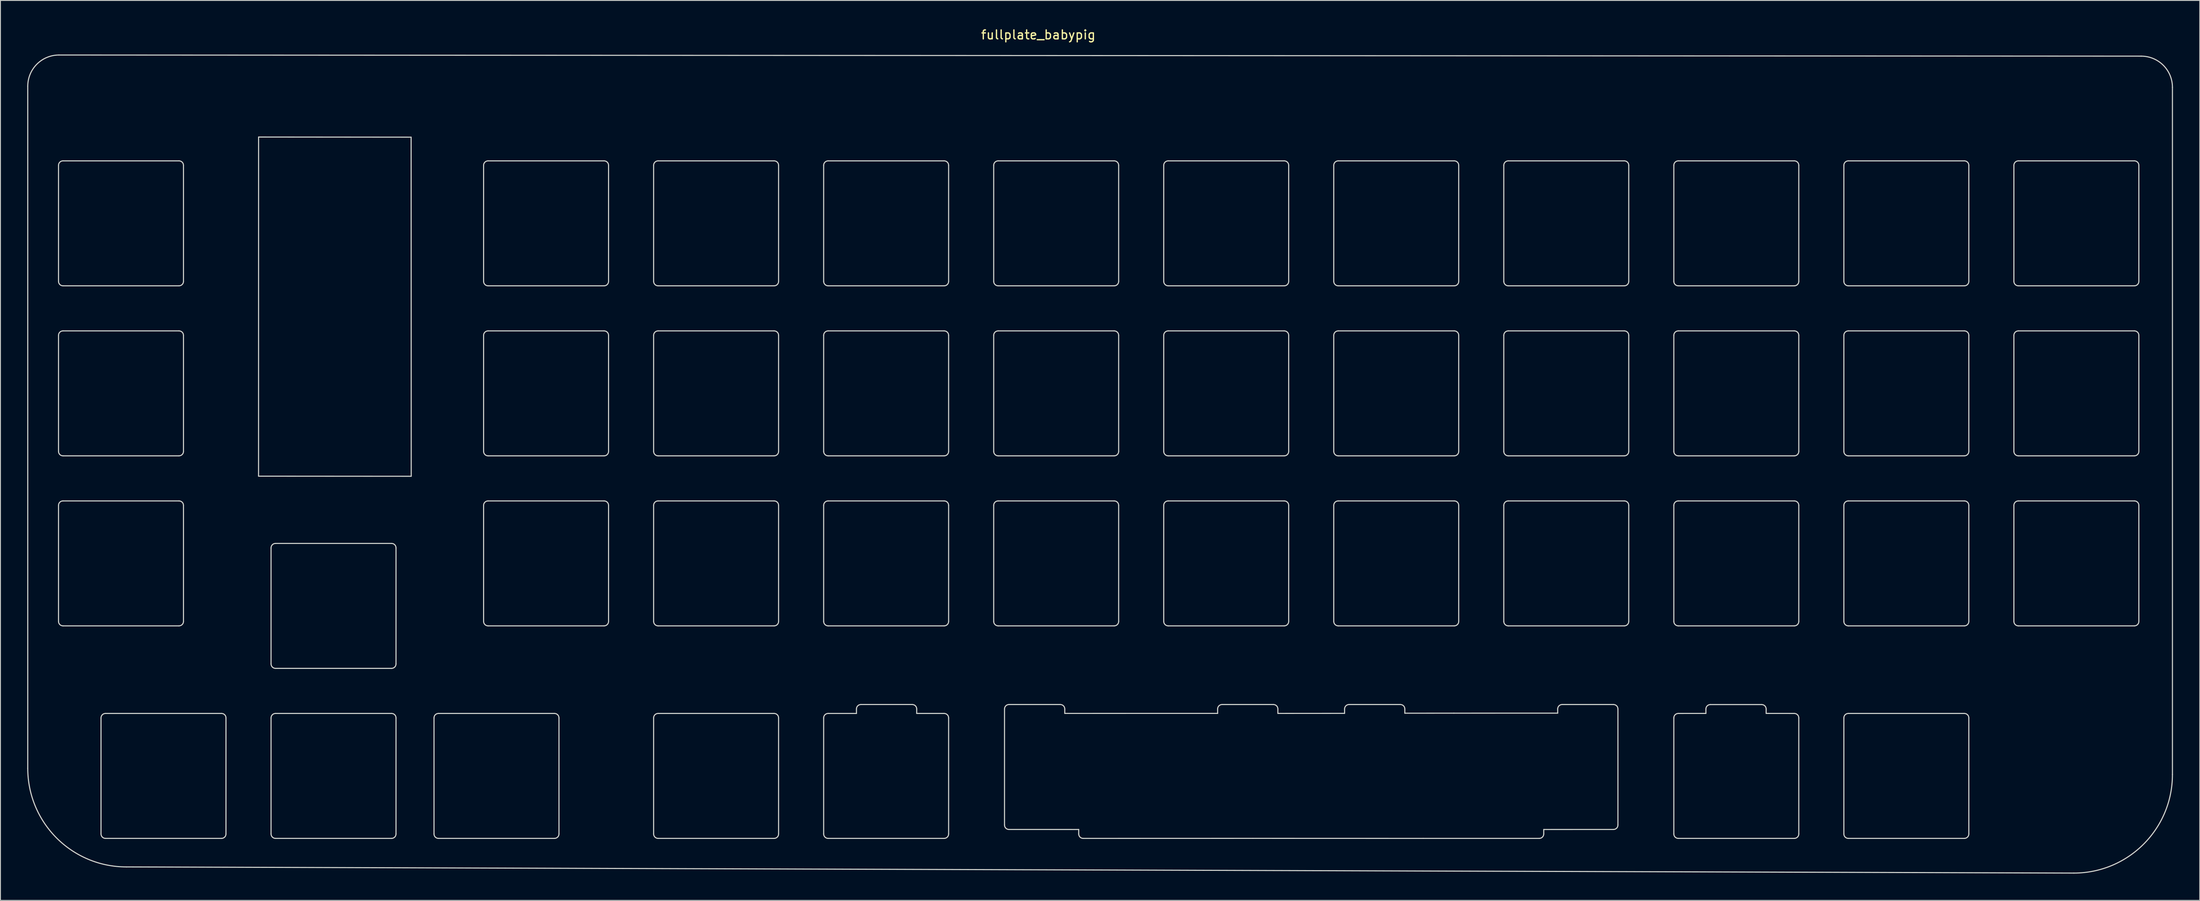
<source format=kicad_pcb>
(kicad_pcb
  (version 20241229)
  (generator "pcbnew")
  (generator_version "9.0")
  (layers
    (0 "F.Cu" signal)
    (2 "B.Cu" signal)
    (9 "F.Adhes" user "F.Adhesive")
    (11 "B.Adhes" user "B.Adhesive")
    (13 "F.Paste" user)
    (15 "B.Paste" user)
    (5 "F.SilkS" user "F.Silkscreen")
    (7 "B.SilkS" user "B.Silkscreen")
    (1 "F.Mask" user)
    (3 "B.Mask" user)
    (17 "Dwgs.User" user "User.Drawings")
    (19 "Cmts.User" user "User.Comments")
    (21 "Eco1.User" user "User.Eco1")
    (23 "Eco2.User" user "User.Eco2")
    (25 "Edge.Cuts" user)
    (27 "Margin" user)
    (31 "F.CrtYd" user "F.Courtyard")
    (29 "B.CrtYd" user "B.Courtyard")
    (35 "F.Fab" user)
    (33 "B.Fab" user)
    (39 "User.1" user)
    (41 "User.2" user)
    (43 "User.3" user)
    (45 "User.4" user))
  (footprint "fullplate_babypig"
    (layer "F.Cu")
    (at 113.282 0.348)
    (property "Reference" "fullplate_babypig" (at 0 0.5 0) (layer "F.SilkS") (effects (font (size 1 1) (thickness 0.15))))
    (attr through_hole)
    (fp_line (start -113.222 6.261) (end -113.222 82.685) (stroke (width 0.12) (type solid)) (layer "Edge.Cuts"))
    (fp_line (start -109.776 15.126) (end -109.776 28.126) (stroke (width 0.12) (type solid)) (layer "Edge.Cuts"))
    (fp_line (start -109.776 34.176) (end -109.776 47.176) (stroke (width 0.12) (type solid)) (layer "Edge.Cuts"))
    (fp_line (start -109.776 53.226) (end -109.776 66.225) (stroke (width 0.12) (type solid)) (layer "Edge.Cuts"))
    (fp_line (start -109.276 28.626) (end -96.276 28.626) (stroke (width 0.12) (type solid)) (layer "Edge.Cuts"))
    (fp_line (start -109.276 47.676) (end -96.276 47.676) (stroke (width 0.12) (type solid)) (layer "Edge.Cuts"))
    (fp_line (start -109.276 66.725) (end -96.276 66.725) (stroke (width 0.12) (type solid)) (layer "Edge.Cuts"))
    (fp_line (start -105.014 77.038) (end -105.014 90.038) (stroke (width 0.12) (type solid)) (layer "Edge.Cuts"))
    (fp_line (start -104.514 90.538) (end -91.514 90.538) (stroke (width 0.12) (type solid)) (layer "Edge.Cuts"))
    (fp_line (start -102.173 93.734) (end 116.013 94.424) (stroke (width 0.12) (type solid)) (layer "Edge.Cuts"))
    (fp_line (start -96.276 14.626) (end -109.276 14.626) (stroke (width 0.12) (type solid)) (layer "Edge.Cuts"))
    (fp_line (start -96.276 33.676) (end -109.276 33.676) (stroke (width 0.12) (type solid)) (layer "Edge.Cuts"))
    (fp_line (start -96.276 52.726) (end -109.276 52.726) (stroke (width 0.12) (type solid)) (layer "Edge.Cuts"))
    (fp_line (start -95.776 28.126) (end -95.776 15.126) (stroke (width 0.12) (type solid)) (layer "Edge.Cuts"))
    (fp_line (start -95.776 47.176) (end -95.776 34.176) (stroke (width 0.12) (type solid)) (layer "Edge.Cuts"))
    (fp_line (start -95.776 66.225) (end -95.776 53.226) (stroke (width 0.12) (type solid)) (layer "Edge.Cuts"))
    (fp_line (start -91.514 76.538) (end -104.514 76.538) (stroke (width 0.12) (type solid)) (layer "Edge.Cuts"))
    (fp_line (start -91.014 90.038) (end -91.014 77.038) (stroke (width 0.12) (type solid)) (layer "Edge.Cuts"))
    (fp_line (start -87.365 49.954) (end -70.26 49.965) (stroke (width 0.12) (type solid)) (layer "Edge.Cuts"))
    (fp_line (start -87.36 11.956) (end -87.365 49.954) (stroke (width 0.12) (type solid)) (layer "Edge.Cuts"))
    (fp_line (start -85.964 57.988) (end -85.964 70.988) (stroke (width 0.12) (type solid)) (layer "Edge.Cuts"))
    (fp_line (start -85.964 77.038) (end -85.964 90.038) (stroke (width 0.12) (type solid)) (layer "Edge.Cuts"))
    (fp_line (start -85.464 71.488) (end -72.464 71.488) (stroke (width 0.12) (type solid)) (layer "Edge.Cuts"))
    (fp_line (start -85.464 90.538) (end -72.464 90.538) (stroke (width 0.12) (type solid)) (layer "Edge.Cuts"))
    (fp_line (start -72.464 57.488) (end -85.464 57.488) (stroke (width 0.12) (type solid)) (layer "Edge.Cuts"))
    (fp_line (start -72.464 76.538) (end -85.464 76.538) (stroke (width 0.12) (type solid)) (layer "Edge.Cuts"))
    (fp_line (start -71.964 70.988) (end -71.964 57.988) (stroke (width 0.12) (type solid)) (layer "Edge.Cuts"))
    (fp_line (start -71.964 90.038) (end -71.964 77.038) (stroke (width 0.12) (type solid)) (layer "Edge.Cuts"))
    (fp_line (start -70.271 11.971) (end -87.36 11.956) (stroke (width 0.12) (type solid)) (layer "Edge.Cuts"))
    (fp_line (start -70.26 49.965) (end -70.271 11.971) (stroke (width 0.12) (type solid)) (layer "Edge.Cuts"))
    (fp_line (start -67.707 77.038) (end -67.707 90.038) (stroke (width 0.12) (type solid)) (layer "Edge.Cuts"))
    (fp_line (start -67.207 90.538) (end -54.207 90.538) (stroke (width 0.12) (type solid)) (layer "Edge.Cuts"))
    (fp_line (start -62.151 15.126) (end -62.151 28.126) (stroke (width 0.12) (type solid)) (layer "Edge.Cuts"))
    (fp_line (start -62.151 34.176) (end -62.151 47.176) (stroke (width 0.12) (type solid)) (layer "Edge.Cuts"))
    (fp_line (start -62.151 53.226) (end -62.151 66.225) (stroke (width 0.12) (type solid)) (layer "Edge.Cuts"))
    (fp_line (start -61.651 28.626) (end -48.651 28.626) (stroke (width 0.12) (type solid)) (layer "Edge.Cuts"))
    (fp_line (start -61.651 47.676) (end -48.651 47.676) (stroke (width 0.12) (type solid)) (layer "Edge.Cuts"))
    (fp_line (start -61.651 66.725) (end -48.651 66.725) (stroke (width 0.12) (type solid)) (layer "Edge.Cuts"))
    (fp_line (start -54.207 76.538) (end -67.207 76.538) (stroke (width 0.12) (type solid)) (layer "Edge.Cuts"))
    (fp_line (start -53.707 90.038) (end -53.707 77.038) (stroke (width 0.12) (type solid)) (layer "Edge.Cuts"))
    (fp_line (start -48.651 14.626) (end -61.651 14.626) (stroke (width 0.12) (type solid)) (layer "Edge.Cuts"))
    (fp_line (start -48.651 33.676) (end -61.651 33.676) (stroke (width 0.12) (type solid)) (layer "Edge.Cuts"))
    (fp_line (start -48.651 52.726) (end -61.651 52.726) (stroke (width 0.12) (type solid)) (layer "Edge.Cuts"))
    (fp_line (start -48.151 28.126) (end -48.151 15.126) (stroke (width 0.12) (type solid)) (layer "Edge.Cuts"))
    (fp_line (start -48.151 47.176) (end -48.151 34.176) (stroke (width 0.12) (type solid)) (layer "Edge.Cuts"))
    (fp_line (start -48.151 66.225) (end -48.151 53.226) (stroke (width 0.12) (type solid)) (layer "Edge.Cuts"))
    (fp_line (start -43.101 15.126) (end -43.101 28.126) (stroke (width 0.12) (type solid)) (layer "Edge.Cuts"))
    (fp_line (start -43.101 34.176) (end -43.101 47.176) (stroke (width 0.12) (type solid)) (layer "Edge.Cuts"))
    (fp_line (start -43.101 53.226) (end -43.101 66.225) (stroke (width 0.12) (type solid)) (layer "Edge.Cuts"))
    (fp_line (start -43.101 77.038) (end -43.101 90.038) (stroke (width 0.12) (type solid)) (layer "Edge.Cuts"))
    (fp_line (start -42.601 28.626) (end -29.601 28.626) (stroke (width 0.12) (type solid)) (layer "Edge.Cuts"))
    (fp_line (start -42.601 47.676) (end -29.601 47.676) (stroke (width 0.12) (type solid)) (layer "Edge.Cuts"))
    (fp_line (start -42.601 66.725) (end -29.601 66.725) (stroke (width 0.12) (type solid)) (layer "Edge.Cuts"))
    (fp_line (start -42.601 90.538) (end -29.601 90.538) (stroke (width 0.12) (type solid)) (layer "Edge.Cuts"))
    (fp_line (start -29.601 14.626) (end -42.601 14.626) (stroke (width 0.12) (type solid)) (layer "Edge.Cuts"))
    (fp_line (start -29.601 33.676) (end -42.601 33.676) (stroke (width 0.12) (type solid)) (layer "Edge.Cuts"))
    (fp_line (start -29.601 52.726) (end -42.601 52.726) (stroke (width 0.12) (type solid)) (layer "Edge.Cuts"))
    (fp_line (start -29.601 76.538) (end -42.601 76.538) (stroke (width 0.12) (type solid)) (layer "Edge.Cuts"))
    (fp_line (start -29.101 28.126) (end -29.101 15.126) (stroke (width 0.12) (type solid)) (layer "Edge.Cuts"))
    (fp_line (start -29.101 47.176) (end -29.101 34.176) (stroke (width 0.12) (type solid)) (layer "Edge.Cuts"))
    (fp_line (start -29.101 66.225) (end -29.101 53.226) (stroke (width 0.12) (type solid)) (layer "Edge.Cuts"))
    (fp_line (start -29.101 90.038) (end -29.101 77.038) (stroke (width 0.12) (type solid)) (layer "Edge.Cuts"))
    (fp_line (start -24.051 15.126) (end -24.051 28.126) (stroke (width 0.12) (type solid)) (layer "Edge.Cuts"))
    (fp_line (start -24.051 34.176) (end -24.051 47.176) (stroke (width 0.12) (type solid)) (layer "Edge.Cuts"))
    (fp_line (start -24.051 53.226) (end -24.051 66.225) (stroke (width 0.12) (type solid)) (layer "Edge.Cuts"))
    (fp_line (start -24.051 77.038) (end -24.051 90.038) (stroke (width 0.12) (type solid)) (layer "Edge.Cuts"))
    (fp_line (start -23.551 28.626) (end -10.551 28.626) (stroke (width 0.12) (type solid)) (layer "Edge.Cuts"))
    (fp_line (start -23.551 47.676) (end -10.551 47.676) (stroke (width 0.12) (type solid)) (layer "Edge.Cuts"))
    (fp_line (start -23.551 66.725) (end -10.551 66.725) (stroke (width 0.12) (type solid)) (layer "Edge.Cuts"))
    (fp_line (start -23.551 90.538) (end -10.551 90.538) (stroke (width 0.12) (type solid)) (layer "Edge.Cuts"))
    (fp_line (start -20.378 76.54) (end -23.551 76.538) (stroke (width 0.12) (type solid)) (layer "Edge.Cuts"))
    (fp_line (start -20.378 76.54) (end -20.377 76.037) (stroke (width 0.12) (type solid)) (layer "Edge.Cuts"))
    (fp_line (start -19.877 75.537) (end -14.127 75.537) (stroke (width 0.12) (type solid)) (layer "Edge.Cuts"))
    (fp_line (start -13.627 76.037) (end -13.627 76.538) (stroke (width 0.12) (type solid)) (layer "Edge.Cuts"))
    (fp_line (start -10.551 14.626) (end -23.551 14.626) (stroke (width 0.12) (type solid)) (layer "Edge.Cuts"))
    (fp_line (start -10.551 33.676) (end -23.551 33.676) (stroke (width 0.12) (type solid)) (layer "Edge.Cuts"))
    (fp_line (start -10.551 52.726) (end -23.551 52.726) (stroke (width 0.12) (type solid)) (layer "Edge.Cuts"))
    (fp_line (start -10.551 76.538) (end -13.627 76.538) (stroke (width 0.12) (type solid)) (layer "Edge.Cuts"))
    (fp_line (start -10.051 28.126) (end -10.051 15.126) (stroke (width 0.12) (type solid)) (layer "Edge.Cuts"))
    (fp_line (start -10.051 47.176) (end -10.051 34.176) (stroke (width 0.12) (type solid)) (layer "Edge.Cuts"))
    (fp_line (start -10.051 66.225) (end -10.051 53.226) (stroke (width 0.12) (type solid)) (layer "Edge.Cuts"))
    (fp_line (start -10.051 90.038) (end -10.051 77.038) (stroke (width 0.12) (type solid)) (layer "Edge.Cuts"))
    (fp_line (start -5.001 15.126) (end -5.001 28.126) (stroke (width 0.12) (type solid)) (layer "Edge.Cuts"))
    (fp_line (start -5.001 34.176) (end -5.001 47.176) (stroke (width 0.12) (type solid)) (layer "Edge.Cuts"))
    (fp_line (start -5.001 53.226) (end -5.001 66.225) (stroke (width 0.12) (type solid)) (layer "Edge.Cuts"))
    (fp_line (start -4.501 28.626) (end 8.499 28.626) (stroke (width 0.12) (type solid)) (layer "Edge.Cuts"))
    (fp_line (start -4.501 47.676) (end 8.499 47.676) (stroke (width 0.12) (type solid)) (layer "Edge.Cuts"))
    (fp_line (start -4.501 66.725) (end 8.499 66.725) (stroke (width 0.12) (type solid)) (layer "Edge.Cuts"))
    (fp_line (start -3.789 89.038) (end -3.789 76.038) (stroke (width 0.12) (type solid)) (layer "Edge.Cuts"))
    (fp_line (start -3.289 75.538) (end 2.461 75.538) (stroke (width 0.12) (type solid)) (layer "Edge.Cuts"))
    (fp_line (start 2.961 76.038) (end 2.961 76.533) (stroke (width 0.12) (type solid)) (layer "Edge.Cuts"))
    (fp_line (start 2.961 76.533) (end 20.087 76.53) (stroke (width 0.12) (type solid)) (layer "Edge.Cuts"))
    (fp_line (start 4.524 89.54) (end -3.289 89.538) (stroke (width 0.12) (type solid)) (layer "Edge.Cuts"))
    (fp_line (start 4.524 90.038) (end 4.524 89.54) (stroke (width 0.12) (type solid)) (layer "Edge.Cuts"))
    (fp_line (start 8.499 14.626) (end -4.501 14.626) (stroke (width 0.12) (type solid)) (layer "Edge.Cuts"))
    (fp_line (start 8.499 33.676) (end -4.501 33.676) (stroke (width 0.12) (type solid)) (layer "Edge.Cuts"))
    (fp_line (start 8.499 52.726) (end -4.501 52.726) (stroke (width 0.12) (type solid)) (layer "Edge.Cuts"))
    (fp_line (start 8.999 28.126) (end 8.999 15.126) (stroke (width 0.12) (type solid)) (layer "Edge.Cuts"))
    (fp_line (start 8.999 47.176) (end 8.999 34.176) (stroke (width 0.12) (type solid)) (layer "Edge.Cuts"))
    (fp_line (start 8.999 66.225) (end 8.999 53.226) (stroke (width 0.12) (type solid)) (layer "Edge.Cuts"))
    (fp_line (start 14.049 15.126) (end 14.049 28.126) (stroke (width 0.12) (type solid)) (layer "Edge.Cuts"))
    (fp_line (start 14.049 34.176) (end 14.049 47.176) (stroke (width 0.12) (type solid)) (layer "Edge.Cuts"))
    (fp_line (start 14.049 53.226) (end 14.049 66.225) (stroke (width 0.12) (type solid)) (layer "Edge.Cuts"))
    (fp_line (start 14.549 28.626) (end 27.549 28.626) (stroke (width 0.12) (type solid)) (layer "Edge.Cuts"))
    (fp_line (start 14.549 47.676) (end 27.549 47.676) (stroke (width 0.12) (type solid)) (layer "Edge.Cuts"))
    (fp_line (start 14.549 66.725) (end 27.549 66.725) (stroke (width 0.12) (type solid)) (layer "Edge.Cuts"))
    (fp_line (start 20.087 76.53) (end 20.087 76.038) (stroke (width 0.12) (type solid)) (layer "Edge.Cuts"))
    (fp_line (start 20.587 75.538) (end 26.337 75.538) (stroke (width 0.12) (type solid)) (layer "Edge.Cuts"))
    (fp_line (start 24.042 90.533) (end 5.024 90.538) (stroke (width 0.12) (type solid)) (layer "Edge.Cuts"))
    (fp_line (start 24.042 90.533) (end 43.124 90.538) (stroke (width 0.12) (type solid)) (layer "Edge.Cuts"))
    (fp_line (start 26.837 76.038) (end 26.837 76.533) (stroke (width 0.12) (type solid)) (layer "Edge.Cuts"))
    (fp_line (start 27.549 14.626) (end 14.549 14.626) (stroke (width 0.12) (type solid)) (layer "Edge.Cuts"))
    (fp_line (start 27.549 33.676) (end 14.549 33.676) (stroke (width 0.12) (type solid)) (layer "Edge.Cuts"))
    (fp_line (start 27.549 52.726) (end 14.549 52.726) (stroke (width 0.12) (type solid)) (layer "Edge.Cuts"))
    (fp_line (start 28.049 28.126) (end 28.049 15.126) (stroke (width 0.12) (type solid)) (layer "Edge.Cuts"))
    (fp_line (start 28.049 47.176) (end 28.049 34.176) (stroke (width 0.12) (type solid)) (layer "Edge.Cuts"))
    (fp_line (start 28.049 66.225) (end 28.049 53.226) (stroke (width 0.12) (type solid)) (layer "Edge.Cuts"))
    (fp_line (start 33.099 15.126) (end 33.099 28.126) (stroke (width 0.12) (type solid)) (layer "Edge.Cuts"))
    (fp_line (start 33.099 34.176) (end 33.099 47.176) (stroke (width 0.12) (type solid)) (layer "Edge.Cuts"))
    (fp_line (start 33.099 53.226) (end 33.099 66.225) (stroke (width 0.12) (type solid)) (layer "Edge.Cuts"))
    (fp_line (start 33.599 28.626) (end 46.599 28.626) (stroke (width 0.12) (type solid)) (layer "Edge.Cuts"))
    (fp_line (start 33.599 47.676) (end 46.599 47.676) (stroke (width 0.12) (type solid)) (layer "Edge.Cuts"))
    (fp_line (start 33.599 66.725) (end 46.599 66.725) (stroke (width 0.12) (type solid)) (layer "Edge.Cuts"))
    (fp_line (start 34.311 76.528) (end 26.837 76.533) (stroke (width 0.12) (type solid)) (layer "Edge.Cuts"))
    (fp_line (start 34.311 76.528) (end 34.311 76.038) (stroke (width 0.12) (type solid)) (layer "Edge.Cuts"))
    (fp_line (start 34.811 75.538) (end 40.561 75.538) (stroke (width 0.12) (type solid)) (layer "Edge.Cuts"))
    (fp_line (start 41.061 76.038) (end 41.062 76.512) (stroke (width 0.12) (type solid)) (layer "Edge.Cuts"))
    (fp_line (start 46.557 76.508) (end 41.062 76.512) (stroke (width 0.12) (type solid)) (layer "Edge.Cuts"))
    (fp_line (start 46.557 76.508) (end 58.189 76.505) (stroke (width 0.12) (type solid)) (layer "Edge.Cuts"))
    (fp_line (start 46.599 14.626) (end 33.599 14.626) (stroke (width 0.12) (type solid)) (layer "Edge.Cuts"))
    (fp_line (start 46.599 33.676) (end 33.599 33.676) (stroke (width 0.12) (type solid)) (layer "Edge.Cuts"))
    (fp_line (start 46.599 52.726) (end 33.599 52.726) (stroke (width 0.12) (type solid)) (layer "Edge.Cuts"))
    (fp_line (start 47.099 28.126) (end 47.099 15.126) (stroke (width 0.12) (type solid)) (layer "Edge.Cuts"))
    (fp_line (start 47.099 47.176) (end 47.099 34.176) (stroke (width 0.12) (type solid)) (layer "Edge.Cuts"))
    (fp_line (start 47.099 66.225) (end 47.099 53.226) (stroke (width 0.12) (type solid)) (layer "Edge.Cuts"))
    (fp_line (start 52.149 15.126) (end 52.149 28.126) (stroke (width 0.12) (type solid)) (layer "Edge.Cuts"))
    (fp_line (start 52.149 34.176) (end 52.149 47.176) (stroke (width 0.12) (type solid)) (layer "Edge.Cuts"))
    (fp_line (start 52.149 53.226) (end 52.149 66.225) (stroke (width 0.12) (type solid)) (layer "Edge.Cuts"))
    (fp_line (start 52.649 28.626) (end 65.649 28.626) (stroke (width 0.12) (type solid)) (layer "Edge.Cuts"))
    (fp_line (start 52.649 47.676) (end 65.649 47.676) (stroke (width 0.12) (type solid)) (layer "Edge.Cuts"))
    (fp_line (start 52.649 66.725) (end 65.649 66.725) (stroke (width 0.12) (type solid)) (layer "Edge.Cuts"))
    (fp_line (start 56.124 90.538) (end 43.124 90.538) (stroke (width 0.12) (type solid)) (layer "Edge.Cuts"))
    (fp_line (start 56.624 89.54) (end 56.624 90.038) (stroke (width 0.12) (type solid)) (layer "Edge.Cuts"))
    (fp_line (start 58.189 76.505) (end 58.187 76.038) (stroke (width 0.12) (type solid)) (layer "Edge.Cuts"))
    (fp_line (start 58.687 75.538) (end 64.437 75.538) (stroke (width 0.12) (type solid)) (layer "Edge.Cuts"))
    (fp_line (start 64.437 89.538) (end 56.624 89.54) (stroke (width 0.12) (type solid)) (layer "Edge.Cuts"))
    (fp_line (start 64.937 76.038) (end 64.937 89.038) (stroke (width 0.12) (type solid)) (layer "Edge.Cuts"))
    (fp_line (start 65.649 14.626) (end 52.649 14.626) (stroke (width 0.12) (type solid)) (layer "Edge.Cuts"))
    (fp_line (start 65.649 33.676) (end 52.649 33.676) (stroke (width 0.12) (type solid)) (layer "Edge.Cuts"))
    (fp_line (start 65.649 52.726) (end 52.649 52.726) (stroke (width 0.12) (type solid)) (layer "Edge.Cuts"))
    (fp_line (start 66.149 28.126) (end 66.149 15.126) (stroke (width 0.12) (type solid)) (layer "Edge.Cuts"))
    (fp_line (start 66.149 47.176) (end 66.149 34.176) (stroke (width 0.12) (type solid)) (layer "Edge.Cuts"))
    (fp_line (start 66.149 66.225) (end 66.149 53.226) (stroke (width 0.12) (type solid)) (layer "Edge.Cuts"))
    (fp_line (start 71.199 15.126) (end 71.199 28.126) (stroke (width 0.12) (type solid)) (layer "Edge.Cuts"))
    (fp_line (start 71.199 34.176) (end 71.199 47.176) (stroke (width 0.12) (type solid)) (layer "Edge.Cuts"))
    (fp_line (start 71.199 53.226) (end 71.199 66.225) (stroke (width 0.12) (type solid)) (layer "Edge.Cuts"))
    (fp_line (start 71.199 77.038) (end 71.199 90.038) (stroke (width 0.12) (type solid)) (layer "Edge.Cuts"))
    (fp_line (start 71.699 28.626) (end 84.699 28.626) (stroke (width 0.12) (type solid)) (layer "Edge.Cuts"))
    (fp_line (start 71.699 47.676) (end 84.699 47.676) (stroke (width 0.12) (type solid)) (layer "Edge.Cuts"))
    (fp_line (start 71.699 66.725) (end 84.699 66.725) (stroke (width 0.12) (type solid)) (layer "Edge.Cuts"))
    (fp_line (start 71.699 90.538) (end 84.699 90.538) (stroke (width 0.12) (type solid)) (layer "Edge.Cuts"))
    (fp_line (start 74.792 76.535) (end 71.699 76.538) (stroke (width 0.12) (type solid)) (layer "Edge.Cuts"))
    (fp_line (start 74.792 76.535) (end 74.792 76.043) (stroke (width 0.12) (type solid)) (layer "Edge.Cuts"))
    (fp_line (start 75.292 75.543) (end 81.042 75.543) (stroke (width 0.12) (type solid)) (layer "Edge.Cuts"))
    (fp_line (start 81.542 76.043) (end 81.542 76.535) (stroke (width 0.12) (type solid)) (layer "Edge.Cuts"))
    (fp_line (start 84.699 14.626) (end 71.699 14.626) (stroke (width 0.12) (type solid)) (layer "Edge.Cuts"))
    (fp_line (start 84.699 33.676) (end 71.699 33.676) (stroke (width 0.12) (type solid)) (layer "Edge.Cuts"))
    (fp_line (start 84.699 52.726) (end 71.699 52.726) (stroke (width 0.12) (type solid)) (layer "Edge.Cuts"))
    (fp_line (start 84.699 76.538) (end 81.542 76.535) (stroke (width 0.12) (type solid)) (layer "Edge.Cuts"))
    (fp_line (start 85.199 28.126) (end 85.199 15.126) (stroke (width 0.12) (type solid)) (layer "Edge.Cuts"))
    (fp_line (start 85.199 47.176) (end 85.199 34.176) (stroke (width 0.12) (type solid)) (layer "Edge.Cuts"))
    (fp_line (start 85.199 66.225) (end 85.199 53.226) (stroke (width 0.12) (type solid)) (layer "Edge.Cuts"))
    (fp_line (start 85.199 90.038) (end 85.199 77.038) (stroke (width 0.12) (type solid)) (layer "Edge.Cuts"))
    (fp_line (start 90.249 15.126) (end 90.249 28.126) (stroke (width 0.12) (type solid)) (layer "Edge.Cuts"))
    (fp_line (start 90.249 34.176) (end 90.249 47.176) (stroke (width 0.12) (type solid)) (layer "Edge.Cuts"))
    (fp_line (start 90.249 53.226) (end 90.249 66.225) (stroke (width 0.12) (type solid)) (layer "Edge.Cuts"))
    (fp_line (start 90.249 77.038) (end 90.249 90.038) (stroke (width 0.12) (type solid)) (layer "Edge.Cuts"))
    (fp_line (start 90.749 28.626) (end 103.749 28.626) (stroke (width 0.12) (type solid)) (layer "Edge.Cuts"))
    (fp_line (start 90.749 47.676) (end 103.749 47.676) (stroke (width 0.12) (type solid)) (layer "Edge.Cuts"))
    (fp_line (start 90.749 66.725) (end 103.749 66.725) (stroke (width 0.12) (type solid)) (layer "Edge.Cuts"))
    (fp_line (start 90.749 90.538) (end 103.749 90.538) (stroke (width 0.12) (type solid)) (layer "Edge.Cuts"))
    (fp_line (start 103.749 14.626) (end 90.749 14.626) (stroke (width 0.12) (type solid)) (layer "Edge.Cuts"))
    (fp_line (start 103.749 33.676) (end 90.749 33.676) (stroke (width 0.12) (type solid)) (layer "Edge.Cuts"))
    (fp_line (start 103.749 52.726) (end 90.749 52.726) (stroke (width 0.12) (type solid)) (layer "Edge.Cuts"))
    (fp_line (start 103.749 76.538) (end 90.749 76.538) (stroke (width 0.12) (type solid)) (layer "Edge.Cuts"))
    (fp_line (start 104.249 28.126) (end 104.249 15.126) (stroke (width 0.12) (type solid)) (layer "Edge.Cuts"))
    (fp_line (start 104.249 47.176) (end 104.249 34.176) (stroke (width 0.12) (type solid)) (layer "Edge.Cuts"))
    (fp_line (start 104.249 66.225) (end 104.249 53.226) (stroke (width 0.12) (type solid)) (layer "Edge.Cuts"))
    (fp_line (start 104.249 90.038) (end 104.249 77.038) (stroke (width 0.12) (type solid)) (layer "Edge.Cuts"))
    (fp_line (start 109.299 15.126) (end 109.299 28.126) (stroke (width 0.12) (type solid)) (layer "Edge.Cuts"))
    (fp_line (start 109.299 34.176) (end 109.299 47.176) (stroke (width 0.12) (type solid)) (layer "Edge.Cuts"))
    (fp_line (start 109.299 53.226) (end 109.299 66.225) (stroke (width 0.12) (type solid)) (layer "Edge.Cuts"))
    (fp_line (start 109.799 28.626) (end 122.799 28.626) (stroke (width 0.12) (type solid)) (layer "Edge.Cuts"))
    (fp_line (start 109.799 47.676) (end 122.799 47.676) (stroke (width 0.12) (type solid)) (layer "Edge.Cuts"))
    (fp_line (start 109.799 66.725) (end 122.799 66.725) (stroke (width 0.12) (type solid)) (layer "Edge.Cuts"))
    (fp_line (start 122.799 14.626) (end 109.799 14.626) (stroke (width 0.12) (type solid)) (layer "Edge.Cuts"))
    (fp_line (start 122.799 33.676) (end 109.799 33.676) (stroke (width 0.12) (type solid)) (layer "Edge.Cuts"))
    (fp_line (start 122.799 52.726) (end 109.799 52.726) (stroke (width 0.12) (type solid)) (layer "Edge.Cuts"))
    (fp_line (start 123.299 28.126) (end 123.299 15.126) (stroke (width 0.12) (type solid)) (layer "Edge.Cuts"))
    (fp_line (start 123.299 47.176) (end 123.299 34.176) (stroke (width 0.12) (type solid)) (layer "Edge.Cuts"))
    (fp_line (start 123.299 66.225) (end 123.299 53.226) (stroke (width 0.12) (type solid)) (layer "Edge.Cuts"))
    (fp_line (start 123.567 2.893) (end -109.727 2.766) (stroke (width 0.12) (type solid)) (layer "Edge.Cuts"))
    (fp_line (start 127.062 83.375) (end 127.062 6.388) (stroke (width 0.12) (type solid)) (layer "Edge.Cuts"))
    (fp_arc (start -113.222 6.2612) (mid -112.198326 3.789834) (end -109.72696 2.76616) (stroke (width 0.12) (type solid)) (layer "Edge.Cuts"))
    (fp_arc (start -109.77626 15.1257) (mid -109.629813 14.772147) (end -109.27626 14.6257) (stroke (width 0.12) (type solid)) (layer "Edge.Cuts"))
    (fp_arc (start -109.77626 34.1757) (mid -109.629813 33.822147) (end -109.27626 33.6757) (stroke (width 0.12) (type solid)) (layer "Edge.Cuts"))
    (fp_arc (start -109.77626 53.2257) (mid -109.629813 52.872147) (end -109.27626 52.7257) (stroke (width 0.12) (type solid)) (layer "Edge.Cuts"))
    (fp_arc (start -109.27626 28.6257) (mid -109.629813 28.479253) (end -109.77626 28.1257) (stroke (width 0.12) (type solid)) (layer "Edge.Cuts"))
    (fp_arc (start -109.27626 47.6757) (mid -109.629813 47.529253) (end -109.77626 47.1757) (stroke (width 0.12) (type solid)) (layer "Edge.Cuts"))
    (fp_arc (start -109.27626 66.7252) (mid -109.629813 66.578753) (end -109.77626 66.2252) (stroke (width 0.12) (type solid)) (layer "Edge.Cuts"))
    (fp_arc (start -105.01376 77.0382) (mid -104.867313 76.684647) (end -104.51376 76.5382) (stroke (width 0.12) (type solid)) (layer "Edge.Cuts"))
    (fp_arc (start -104.51376 90.538199) (mid -104.867313 90.391752) (end -105.01376 90.038199) (stroke (width 0.12) (type solid)) (layer "Edge.Cuts"))
    (fp_arc (start -102.17296 93.7342) (mid -109.985783 90.498023) (end -113.22196 82.6852) (stroke (width 0.12) (type solid)) (layer "Edge.Cuts"))
    (fp_arc (start -96.27626 14.6257) (mid -95.922707 14.772147) (end -95.77626 15.1257) (stroke (width 0.12) (type solid)) (layer "Edge.Cuts"))
    (fp_arc (start -96.27626 33.6757) (mid -95.922707 33.822147) (end -95.77626 34.1757) (stroke (width 0.12) (type solid)) (layer "Edge.Cuts"))
    (fp_arc (start -96.27626 52.7257) (mid -95.922707 52.872147) (end -95.77626 53.2257) (stroke (width 0.12) (type solid)) (layer "Edge.Cuts"))
    (fp_arc (start -95.77626 28.1257) (mid -95.922707 28.479253) (end -96.27626 28.6257) (stroke (width 0.12) (type solid)) (layer "Edge.Cuts"))
    (fp_arc (start -95.77626 47.1757) (mid -95.922707 47.529253) (end -96.27626 47.6757) (stroke (width 0.12) (type solid)) (layer "Edge.Cuts"))
    (fp_arc (start -95.77626 66.2252) (mid -95.922707 66.578753) (end -96.27626 66.7252) (stroke (width 0.12) (type solid)) (layer "Edge.Cuts"))
    (fp_arc (start -91.51376 76.5382) (mid -91.160207 76.684647) (end -91.01376 77.0382) (stroke (width 0.12) (type solid)) (layer "Edge.Cuts"))
    (fp_arc (start -91.01376 90.038199) (mid -91.160207 90.391752) (end -91.51376 90.538199) (stroke (width 0.12) (type solid)) (layer "Edge.Cuts"))
    (fp_arc (start -85.96376 57.9882) (mid -85.817313 57.634647) (end -85.46376 57.4882) (stroke (width 0.12) (type solid)) (layer "Edge.Cuts"))
    (fp_arc (start -85.96376 77.0382) (mid -85.817313 76.684647) (end -85.46376 76.5382) (stroke (width 0.12) (type solid)) (layer "Edge.Cuts"))
    (fp_arc (start -85.46376 71.4882) (mid -85.817313 71.341753) (end -85.96376 70.9882) (stroke (width 0.12) (type solid)) (layer "Edge.Cuts"))
    (fp_arc (start -85.46376 90.538199) (mid -85.817313 90.391752) (end -85.96376 90.038199) (stroke (width 0.12) (type solid)) (layer "Edge.Cuts"))
    (fp_arc (start -72.46376 57.4882) (mid -72.110207 57.634647) (end -71.96376 57.9882) (stroke (width 0.12) (type solid)) (layer "Edge.Cuts"))
    (fp_arc (start -72.46376 76.5382) (mid -72.110207 76.684647) (end -71.96376 77.0382) (stroke (width 0.12) (type solid)) (layer "Edge.Cuts"))
    (fp_arc (start -71.96376 70.9882) (mid -72.110207 71.341753) (end -72.46376 71.4882) (stroke (width 0.12) (type solid)) (layer "Edge.Cuts"))
    (fp_arc (start -71.96376 90.038199) (mid -72.110207 90.391752) (end -72.46376 90.538199) (stroke (width 0.12) (type solid)) (layer "Edge.Cuts"))
    (fp_arc (start -67.70746 77.0382) (mid -67.561013 76.684647) (end -67.20746 76.5382) (stroke (width 0.12) (type solid)) (layer "Edge.Cuts"))
    (fp_arc (start -67.20746 90.538199) (mid -67.561013 90.391752) (end -67.70746 90.038199) (stroke (width 0.12) (type solid)) (layer "Edge.Cuts"))
    (fp_arc (start -62.15126 15.1257) (mid -62.004813 14.772147) (end -61.65126 14.6257) (stroke (width 0.12) (type solid)) (layer "Edge.Cuts"))
    (fp_arc (start -62.15126 34.1757) (mid -62.004813 33.822147) (end -61.65126 33.6757) (stroke (width 0.12) (type solid)) (layer "Edge.Cuts"))
    (fp_arc (start -62.15126 53.2257) (mid -62.004813 52.872147) (end -61.65126 52.7257) (stroke (width 0.12) (type solid)) (layer "Edge.Cuts"))
    (fp_arc (start -61.65126 28.6257) (mid -62.004813 28.479253) (end -62.15126 28.1257) (stroke (width 0.12) (type solid)) (layer "Edge.Cuts"))
    (fp_arc (start -61.65126 47.6757) (mid -62.004813 47.529253) (end -62.15126 47.1757) (stroke (width 0.12) (type solid)) (layer "Edge.Cuts"))
    (fp_arc (start -61.65126 66.7252) (mid -62.004813 66.578753) (end -62.15126 66.2252) (stroke (width 0.12) (type solid)) (layer "Edge.Cuts"))
    (fp_arc (start -54.20746 76.5382) (mid -53.853907 76.684647) (end -53.70746 77.0382) (stroke (width 0.12) (type solid)) (layer "Edge.Cuts"))
    (fp_arc (start -53.70746 90.038199) (mid -53.853907 90.391752) (end -54.20746 90.538199) (stroke (width 0.12) (type solid)) (layer "Edge.Cuts"))
    (fp_arc (start -48.65126 14.6257) (mid -48.297707 14.772147) (end -48.15126 15.1257) (stroke (width 0.12) (type solid)) (layer "Edge.Cuts"))
    (fp_arc (start -48.65126 33.6757) (mid -48.297707 33.822147) (end -48.15126 34.1757) (stroke (width 0.12) (type solid)) (layer "Edge.Cuts"))
    (fp_arc (start -48.65126 52.7257) (mid -48.297707 52.872147) (end -48.15126 53.2257) (stroke (width 0.12) (type solid)) (layer "Edge.Cuts"))
    (fp_arc (start -48.15126 28.1257) (mid -48.297707 28.479253) (end -48.65126 28.6257) (stroke (width 0.12) (type solid)) (layer "Edge.Cuts"))
    (fp_arc (start -48.15126 47.1757) (mid -48.297707 47.529253) (end -48.65126 47.6757) (stroke (width 0.12) (type solid)) (layer "Edge.Cuts"))
    (fp_arc (start -48.15126 66.2252) (mid -48.297707 66.578753) (end -48.65126 66.7252) (stroke (width 0.12) (type solid)) (layer "Edge.Cuts"))
    (fp_arc (start -43.10126 15.1257) (mid -42.954813 14.772147) (end -42.60126 14.6257) (stroke (width 0.12) (type solid)) (layer "Edge.Cuts"))
    (fp_arc (start -43.10126 34.1757) (mid -42.954813 33.822147) (end -42.60126 33.6757) (stroke (width 0.12) (type solid)) (layer "Edge.Cuts"))
    (fp_arc (start -43.10126 53.2257) (mid -42.954813 52.872147) (end -42.60126 52.7257) (stroke (width 0.12) (type solid)) (layer "Edge.Cuts"))
    (fp_arc (start -43.10126 77.0382) (mid -42.954813 76.684647) (end -42.60126 76.5382) (stroke (width 0.12) (type solid)) (layer "Edge.Cuts"))
    (fp_arc (start -42.60126 28.6257) (mid -42.954813 28.479253) (end -43.10126 28.1257) (stroke (width 0.12) (type solid)) (layer "Edge.Cuts"))
    (fp_arc (start -42.60126 47.6757) (mid -42.954813 47.529253) (end -43.10126 47.1757) (stroke (width 0.12) (type solid)) (layer "Edge.Cuts"))
    (fp_arc (start -42.60126 66.7252) (mid -42.954813 66.578753) (end -43.10126 66.2252) (stroke (width 0.12) (type solid)) (layer "Edge.Cuts"))
    (fp_arc (start -42.60126 90.538199) (mid -42.954813 90.391752) (end -43.10126 90.038199) (stroke (width 0.12) (type solid)) (layer "Edge.Cuts"))
    (fp_arc (start -29.60096 14.6257) (mid -29.247407 14.772147) (end -29.10096 15.1257) (stroke (width 0.12) (type solid)) (layer "Edge.Cuts"))
    (fp_arc (start -29.60096 33.6757) (mid -29.247407 33.822147) (end -29.10096 34.1757) (stroke (width 0.12) (type solid)) (layer "Edge.Cuts"))
    (fp_arc (start -29.60096 52.7257) (mid -29.247407 52.872147) (end -29.10096 53.2257) (stroke (width 0.12) (type solid)) (layer "Edge.Cuts"))
    (fp_arc (start -29.60096 76.5382) (mid -29.247407 76.684647) (end -29.10096 77.0382) (stroke (width 0.12) (type solid)) (layer "Edge.Cuts"))
    (fp_arc (start -29.10096 28.1257) (mid -29.247407 28.479253) (end -29.60096 28.6257) (stroke (width 0.12) (type solid)) (layer "Edge.Cuts"))
    (fp_arc (start -29.10096 47.1757) (mid -29.247407 47.529253) (end -29.60096 47.6757) (stroke (width 0.12) (type solid)) (layer "Edge.Cuts"))
    (fp_arc (start -29.10096 66.2252) (mid -29.247407 66.578753) (end -29.60096 66.7252) (stroke (width 0.12) (type solid)) (layer "Edge.Cuts"))
    (fp_arc (start -29.10096 90.038199) (mid -29.247407 90.391752) (end -29.60096 90.538199) (stroke (width 0.12) (type solid)) (layer "Edge.Cuts"))
    (fp_arc (start -24.05096 15.1257) (mid -23.904513 14.772147) (end -23.55096 14.6257) (stroke (width 0.12) (type solid)) (layer "Edge.Cuts"))
    (fp_arc (start -24.05096 34.1757) (mid -23.904513 33.822147) (end -23.55096 33.6757) (stroke (width 0.12) (type solid)) (layer "Edge.Cuts"))
    (fp_arc (start -24.05096 53.2257) (mid -23.904513 52.872147) (end -23.55096 52.7257) (stroke (width 0.12) (type solid)) (layer "Edge.Cuts"))
    (fp_arc (start -24.05096 77.0382) (mid -23.904513 76.684647) (end -23.55096 76.5382) (stroke (width 0.12) (type solid)) (layer "Edge.Cuts"))
    (fp_arc (start -23.55096 28.6257) (mid -23.904513 28.479253) (end -24.05096 28.1257) (stroke (width 0.12) (type solid)) (layer "Edge.Cuts"))
    (fp_arc (start -23.55096 47.6757) (mid -23.904513 47.529253) (end -24.05096 47.1757) (stroke (width 0.12) (type solid)) (layer "Edge.Cuts"))
    (fp_arc (start -23.55096 66.7252) (mid -23.904513 66.578753) (end -24.05096 66.2252) (stroke (width 0.12) (type solid)) (layer "Edge.Cuts"))
    (fp_arc (start -23.55096 90.538199) (mid -23.904513 90.391752) (end -24.05096 90.038199) (stroke (width 0.12) (type solid)) (layer "Edge.Cuts"))
    (fp_arc (start -20.37696 76.0372) (mid -20.230513 75.683647) (end -19.87696 75.5372) (stroke (width 0.12) (type solid)) (layer "Edge.Cuts"))
    (fp_arc (start -14.12696 75.5372) (mid -13.773407 75.683647) (end -13.62696 76.0372) (stroke (width 0.12) (type solid)) (layer "Edge.Cuts"))
    (fp_arc (start -10.55096 14.6257) (mid -10.197407 14.772147) (end -10.05096 15.1257) (stroke (width 0.12) (type solid)) (layer "Edge.Cuts"))
    (fp_arc (start -10.55096 33.6757) (mid -10.197407 33.822147) (end -10.05096 34.1757) (stroke (width 0.12) (type solid)) (layer "Edge.Cuts"))
    (fp_arc (start -10.55096 52.7257) (mid -10.197407 52.872147) (end -10.05096 53.2257) (stroke (width 0.12) (type solid)) (layer "Edge.Cuts"))
    (fp_arc (start -10.55096 76.5382) (mid -10.197407 76.684647) (end -10.05096 77.0382) (stroke (width 0.12) (type solid)) (layer "Edge.Cuts"))
    (fp_arc (start -10.05096 28.1257) (mid -10.197407 28.479253) (end -10.55096 28.6257) (stroke (width 0.12) (type solid)) (layer "Edge.Cuts"))
    (fp_arc (start -10.05096 47.1757) (mid -10.197407 47.529253) (end -10.55096 47.6757) (stroke (width 0.12) (type solid)) (layer "Edge.Cuts"))
    (fp_arc (start -10.05096 66.2252) (mid -10.197407 66.578753) (end -10.55096 66.7252) (stroke (width 0.12) (type solid)) (layer "Edge.Cuts"))
    (fp_arc (start -10.05096 90.038199) (mid -10.197407 90.391752) (end -10.55096 90.538199) (stroke (width 0.12) (type solid)) (layer "Edge.Cuts"))
    (fp_arc (start -5.00096 15.1257) (mid -4.854513 14.772147) (end -4.50096 14.6257) (stroke (width 0.12) (type solid)) (layer "Edge.Cuts"))
    (fp_arc (start -5.00096 34.1757) (mid -4.854513 33.822147) (end -4.50096 33.6757) (stroke (width 0.12) (type solid)) (layer "Edge.Cuts"))
    (fp_arc (start -5.00096 53.2257) (mid -4.854513 52.872147) (end -4.50096 52.7257) (stroke (width 0.12) (type solid)) (layer "Edge.Cuts"))
    (fp_arc (start -4.50096 28.6257) (mid -4.854513 28.479253) (end -5.00096 28.1257) (stroke (width 0.12) (type solid)) (layer "Edge.Cuts"))
    (fp_arc (start -4.50096 47.6757) (mid -4.854513 47.529253) (end -5.00096 47.1757) (stroke (width 0.12) (type solid)) (layer "Edge.Cuts"))
    (fp_arc (start -4.50096 66.7252) (mid -4.854513 66.578753) (end -5.00096 66.2252) (stroke (width 0.12) (type solid)) (layer "Edge.Cuts"))
    (fp_arc (start -3.78896 76.0382) (mid -3.642513 75.684647) (end -3.28896 75.5382) (stroke (width 0.12) (type solid)) (layer "Edge.Cuts"))
    (fp_arc (start -3.28896 89.538199) (mid -3.642513 89.391752) (end -3.78896 89.038199) (stroke (width 0.12) (type solid)) (layer "Edge.Cuts"))
    (fp_arc (start 2.46104 75.5382) (mid 2.814593 75.684647) (end 2.96104 76.0382) (stroke (width 0.12) (type solid)) (layer "Edge.Cuts"))
    (fp_arc (start 5.02404 90.538199) (mid 4.670487 90.391752) (end 4.52404 90.038199) (stroke (width 0.12) (type solid)) (layer "Edge.Cuts"))
    (fp_arc (start 8.49904 14.6257) (mid 8.852593 14.772147) (end 8.99904 15.1257) (stroke (width 0.12) (type solid)) (layer "Edge.Cuts"))
    (fp_arc (start 8.49904 33.6757) (mid 8.852593 33.822147) (end 8.99904 34.1757) (stroke (width 0.12) (type solid)) (layer "Edge.Cuts"))
    (fp_arc (start 8.49904 52.7257) (mid 8.852593 52.872147) (end 8.99904 53.2257) (stroke (width 0.12) (type solid)) (layer "Edge.Cuts"))
    (fp_arc (start 8.99904 28.1257) (mid 8.852593 28.479253) (end 8.49904 28.6257) (stroke (width 0.12) (type solid)) (layer "Edge.Cuts"))
    (fp_arc (start 8.99904 47.1757) (mid 8.852593 47.529253) (end 8.49904 47.6757) (stroke (width 0.12) (type solid)) (layer "Edge.Cuts"))
    (fp_arc (start 8.99904 66.2252) (mid 8.852593 66.578753) (end 8.49904 66.7252) (stroke (width 0.12) (type solid)) (layer "Edge.Cuts"))
    (fp_arc (start 14.04904 15.1257) (mid 14.195487 14.772147) (end 14.54904 14.6257) (stroke (width 0.12) (type solid)) (layer "Edge.Cuts"))
    (fp_arc (start 14.04904 34.1757) (mid 14.195487 33.822147) (end 14.54904 33.6757) (stroke (width 0.12) (type solid)) (layer "Edge.Cuts"))
    (fp_arc (start 14.04904 53.2257) (mid 14.195487 52.872147) (end 14.54904 52.7257) (stroke (width 0.12) (type solid)) (layer "Edge.Cuts"))
    (fp_arc (start 14.54904 28.6257) (mid 14.195487 28.479253) (end 14.04904 28.1257) (stroke (width 0.12) (type solid)) (layer "Edge.Cuts"))
    (fp_arc (start 14.54904 47.6757) (mid 14.195487 47.529253) (end 14.04904 47.1757) (stroke (width 0.12) (type solid)) (layer "Edge.Cuts"))
    (fp_arc (start 14.54904 66.7252) (mid 14.195487 66.578753) (end 14.04904 66.2252) (stroke (width 0.12) (type solid)) (layer "Edge.Cuts"))
    (fp_arc (start 20.08704 76.0382) (mid 20.233487 75.684647) (end 20.58704 75.5382) (stroke (width 0.12) (type solid)) (layer "Edge.Cuts"))
    (fp_arc (start 26.33704 75.5382) (mid 26.690593 75.684647) (end 26.83704 76.0382) (stroke (width 0.12) (type solid)) (layer "Edge.Cuts"))
    (fp_arc (start 27.54904 14.6257) (mid 27.902593 14.772147) (end 28.04904 15.1257) (stroke (width 0.12) (type solid)) (layer "Edge.Cuts"))
    (fp_arc (start 27.54904 33.6757) (mid 27.902593 33.822147) (end 28.04904 34.1757) (stroke (width 0.12) (type solid)) (layer "Edge.Cuts"))
    (fp_arc (start 27.54904 52.7257) (mid 27.902593 52.872147) (end 28.04904 53.2257) (stroke (width 0.12) (type solid)) (layer "Edge.Cuts"))
    (fp_arc (start 28.04904 28.1257) (mid 27.902593 28.479253) (end 27.54904 28.6257) (stroke (width 0.12) (type solid)) (layer "Edge.Cuts"))
    (fp_arc (start 28.04904 47.1757) (mid 27.902593 47.529253) (end 27.54904 47.6757) (stroke (width 0.12) (type solid)) (layer "Edge.Cuts"))
    (fp_arc (start 28.04904 66.2252) (mid 27.902593 66.578753) (end 27.54904 66.7252) (stroke (width 0.12) (type solid)) (layer "Edge.Cuts"))
    (fp_arc (start 33.09904 15.1257) (mid 33.245487 14.772147) (end 33.59904 14.6257) (stroke (width 0.12) (type solid)) (layer "Edge.Cuts"))
    (fp_arc (start 33.09904 34.1757) (mid 33.245487 33.822147) (end 33.59904 33.6757) (stroke (width 0.12) (type solid)) (layer "Edge.Cuts"))
    (fp_arc (start 33.09904 53.2257) (mid 33.245487 52.872147) (end 33.59904 52.7257) (stroke (width 0.12) (type solid)) (layer "Edge.Cuts"))
    (fp_arc (start 33.59904 28.6257) (mid 33.245487 28.479253) (end 33.09904 28.1257) (stroke (width 0.12) (type solid)) (layer "Edge.Cuts"))
    (fp_arc (start 33.59904 47.6757) (mid 33.245487 47.529253) (end 33.09904 47.1757) (stroke (width 0.12) (type solid)) (layer "Edge.Cuts"))
    (fp_arc (start 33.59904 66.7252) (mid 33.245487 66.578753) (end 33.09904 66.2252) (stroke (width 0.12) (type solid)) (layer "Edge.Cuts"))
    (fp_arc (start 34.31104 76.0382) (mid 34.457487 75.684647) (end 34.81104 75.5382) (stroke (width 0.12) (type solid)) (layer "Edge.Cuts"))
    (fp_arc (start 40.56104 75.5382) (mid 40.914593 75.684647) (end 41.06104 76.0382) (stroke (width 0.12) (type solid)) (layer "Edge.Cuts"))
    (fp_arc (start 46.59904 14.6257) (mid 46.952593 14.772147) (end 47.09904 15.1257) (stroke (width 0.12) (type solid)) (layer "Edge.Cuts"))
    (fp_arc (start 46.59904 33.6757) (mid 46.952593 33.822147) (end 47.09904 34.1757) (stroke (width 0.12) (type solid)) (layer "Edge.Cuts"))
    (fp_arc (start 46.59904 52.7257) (mid 46.952593 52.872147) (end 47.09904 53.2257) (stroke (width 0.12) (type solid)) (layer "Edge.Cuts"))
    (fp_arc (start 47.09904 28.1257) (mid 46.952593 28.479253) (end 46.59904 28.6257) (stroke (width 0.12) (type solid)) (layer "Edge.Cuts"))
    (fp_arc (start 47.09904 47.1757) (mid 46.952593 47.529253) (end 46.59904 47.6757) (stroke (width 0.12) (type solid)) (layer "Edge.Cuts"))
    (fp_arc (start 47.09904 66.2252) (mid 46.952593 66.578753) (end 46.59904 66.7252) (stroke (width 0.12) (type solid)) (layer "Edge.Cuts"))
    (fp_arc (start 52.14904 15.1257) (mid 52.295487 14.772147) (end 52.64904 14.6257) (stroke (width 0.12) (type solid)) (layer "Edge.Cuts"))
    (fp_arc (start 52.14904 34.1757) (mid 52.295487 33.822147) (end 52.64904 33.6757) (stroke (width 0.12) (type solid)) (layer "Edge.Cuts"))
    (fp_arc (start 52.14904 53.2257) (mid 52.295487 52.872147) (end 52.64904 52.7257) (stroke (width 0.12) (type solid)) (layer "Edge.Cuts"))
    (fp_arc (start 52.64904 28.6257) (mid 52.295487 28.479253) (end 52.14904 28.1257) (stroke (width 0.12) (type solid)) (layer "Edge.Cuts"))
    (fp_arc (start 52.64904 47.6757) (mid 52.295487 47.529253) (end 52.14904 47.1757) (stroke (width 0.12) (type solid)) (layer "Edge.Cuts"))
    (fp_arc (start 52.64904 66.7252) (mid 52.295487 66.578753) (end 52.14904 66.2252) (stroke (width 0.12) (type solid)) (layer "Edge.Cuts"))
    (fp_arc (start 56.62404 90.038199) (mid 56.477593 90.391752) (end 56.12404 90.538199) (stroke (width 0.12) (type solid)) (layer "Edge.Cuts"))
    (fp_arc (start 58.18704 76.0382) (mid 58.333487 75.684647) (end 58.68704 75.5382) (stroke (width 0.12) (type solid)) (layer "Edge.Cuts"))
    (fp_arc (start 64.43704 75.5382) (mid 64.790593 75.684647) (end 64.93704 76.0382) (stroke (width 0.12) (type solid)) (layer "Edge.Cuts"))
    (fp_arc (start 64.93704 89.038199) (mid 64.790593 89.391752) (end 64.43704 89.538199) (stroke (width 0.12) (type solid)) (layer "Edge.Cuts"))
    (fp_arc (start 65.64904 14.6257) (mid 66.002593 14.772147) (end 66.14904 15.1257) (stroke (width 0.12) (type solid)) (layer "Edge.Cuts"))
    (fp_arc (start 65.64904 33.6757) (mid 66.002593 33.822147) (end 66.14904 34.1757) (stroke (width 0.12) (type solid)) (layer "Edge.Cuts"))
    (fp_arc (start 65.64904 52.7257) (mid 66.002593 52.872147) (end 66.14904 53.2257) (stroke (width 0.12) (type solid)) (layer "Edge.Cuts"))
    (fp_arc (start 66.14904 28.1257) (mid 66.002593 28.479253) (end 65.64904 28.6257) (stroke (width 0.12) (type solid)) (layer "Edge.Cuts"))
    (fp_arc (start 66.14904 47.1757) (mid 66.002593 47.529253) (end 65.64904 47.6757) (stroke (width 0.12) (type solid)) (layer "Edge.Cuts"))
    (fp_arc (start 66.14904 66.2252) (mid 66.002593 66.578753) (end 65.64904 66.7252) (stroke (width 0.12) (type solid)) (layer "Edge.Cuts"))
    (fp_arc (start 71.19904 15.1257) (mid 71.345487 14.772147) (end 71.69904 14.6257) (stroke (width 0.12) (type solid)) (layer "Edge.Cuts"))
    (fp_arc (start 71.19904 34.1757) (mid 71.345487 33.822147) (end 71.69904 33.6757) (stroke (width 0.12) (type solid)) (layer "Edge.Cuts"))
    (fp_arc (start 71.19904 53.2257) (mid 71.345487 52.872147) (end 71.69904 52.7257) (stroke (width 0.12) (type solid)) (layer "Edge.Cuts"))
    (fp_arc (start 71.19904 77.0382) (mid 71.345487 76.684647) (end 71.69904 76.5382) (stroke (width 0.12) (type solid)) (layer "Edge.Cuts"))
    (fp_arc (start 71.69904 28.6257) (mid 71.345487 28.479253) (end 71.19904 28.1257) (stroke (width 0.12) (type solid)) (layer "Edge.Cuts"))
    (fp_arc (start 71.69904 47.6757) (mid 71.345487 47.529253) (end 71.19904 47.1757) (stroke (width 0.12) (type solid)) (layer "Edge.Cuts"))
    (fp_arc (start 71.69904 66.7252) (mid 71.345487 66.578753) (end 71.19904 66.2252) (stroke (width 0.12) (type solid)) (layer "Edge.Cuts"))
    (fp_arc (start 71.69904 90.538199) (mid 71.345487 90.391752) (end 71.19904 90.038199) (stroke (width 0.12) (type solid)) (layer "Edge.Cuts"))
    (fp_arc (start 74.79204 76.0432) (mid 74.938487 75.689647) (end 75.29204 75.5432) (stroke (width 0.12) (type solid)) (layer "Edge.Cuts"))
    (fp_arc (start 81.04204 75.5432) (mid 81.395593 75.689647) (end 81.54204 76.0432) (stroke (width 0.12) (type solid)) (layer "Edge.Cuts"))
    (fp_arc (start 84.69904 14.6257) (mid 85.052593 14.772147) (end 85.19904 15.1257) (stroke (width 0.12) (type solid)) (layer "Edge.Cuts"))
    (fp_arc (start 84.69904 33.6757) (mid 85.052593 33.822147) (end 85.19904 34.1757) (stroke (width 0.12) (type solid)) (layer "Edge.Cuts"))
    (fp_arc (start 84.69904 52.7257) (mid 85.052593 52.872147) (end 85.19904 53.2257) (stroke (width 0.12) (type solid)) (layer "Edge.Cuts"))
    (fp_arc (start 84.69904 76.5382) (mid 85.052593 76.684647) (end 85.19904 77.0382) (stroke (width 0.12) (type solid)) (layer "Edge.Cuts"))
    (fp_arc (start 85.19904 28.1257) (mid 85.052593 28.479253) (end 84.69904 28.6257) (stroke (width 0.12) (type solid)) (layer "Edge.Cuts"))
    (fp_arc (start 85.19904 47.1757) (mid 85.052593 47.529253) (end 84.69904 47.6757) (stroke (width 0.12) (type solid)) (layer "Edge.Cuts"))
    (fp_arc (start 85.19904 66.2252) (mid 85.052593 66.578753) (end 84.69904 66.7252) (stroke (width 0.12) (type solid)) (layer "Edge.Cuts"))
    (fp_arc (start 85.19904 90.038199) (mid 85.052593 90.391752) (end 84.69904 90.538199) (stroke (width 0.12) (type solid)) (layer "Edge.Cuts"))
    (fp_arc (start 90.24904 15.1257) (mid 90.395487 14.772147) (end 90.74904 14.6257) (stroke (width 0.12) (type solid)) (layer "Edge.Cuts"))
    (fp_arc (start 90.24904 34.1757) (mid 90.395487 33.822147) (end 90.74904 33.6757) (stroke (width 0.12) (type solid)) (layer "Edge.Cuts"))
    (fp_arc (start 90.24904 53.2257) (mid 90.395487 52.872147) (end 90.74904 52.7257) (stroke (width 0.12) (type solid)) (layer "Edge.Cuts"))
    (fp_arc (start 90.24904 77.0382) (mid 90.395487 76.684647) (end 90.74904 76.5382) (stroke (width 0.12) (type solid)) (layer "Edge.Cuts"))
    (fp_arc (start 90.74904 28.6257) (mid 90.395487 28.479253) (end 90.24904 28.1257) (stroke (width 0.12) (type solid)) (layer "Edge.Cuts"))
    (fp_arc (start 90.74904 47.6757) (mid 90.395487 47.529253) (end 90.24904 47.1757) (stroke (width 0.12) (type solid)) (layer "Edge.Cuts"))
    (fp_arc (start 90.74904 66.7252) (mid 90.395487 66.578753) (end 90.24904 66.2252) (stroke (width 0.12) (type solid)) (layer "Edge.Cuts"))
    (fp_arc (start 90.74904 90.538199) (mid 90.395487 90.391752) (end 90.24904 90.038199) (stroke (width 0.12) (type solid)) (layer "Edge.Cuts"))
    (fp_arc (start 103.74904 14.6257) (mid 104.102593 14.772147) (end 104.24904 15.1257) (stroke (width 0.12) (type solid)) (layer "Edge.Cuts"))
    (fp_arc (start 103.74904 33.6757) (mid 104.102593 33.822147) (end 104.24904 34.1757) (stroke (width 0.12) (type solid)) (layer "Edge.Cuts"))
    (fp_arc (start 103.74904 52.7257) (mid 104.102593 52.872147) (end 104.24904 53.2257) (stroke (width 0.12) (type solid)) (layer "Edge.Cuts"))
    (fp_arc (start 103.74904 76.5382) (mid 104.102593 76.684647) (end 104.24904 77.0382) (stroke (width 0.12) (type solid)) (layer "Edge.Cuts"))
    (fp_arc (start 104.24904 28.1257) (mid 104.102593 28.479253) (end 103.74904 28.6257) (stroke (width 0.12) (type solid)) (layer "Edge.Cuts"))
    (fp_arc (start 104.24904 47.1757) (mid 104.102593 47.529253) (end 103.74904 47.6757) (stroke (width 0.12) (type solid)) (layer "Edge.Cuts"))
    (fp_arc (start 104.24904 66.2252) (mid 104.102593 66.578753) (end 103.74904 66.7252) (stroke (width 0.12) (type solid)) (layer "Edge.Cuts"))
    (fp_arc (start 104.24904 90.038199) (mid 104.102593 90.391752) (end 103.74904 90.538199) (stroke (width 0.12) (type solid)) (layer "Edge.Cuts"))
    (fp_arc (start 109.29904 15.1257) (mid 109.445487 14.772147) (end 109.79904 14.6257) (stroke (width 0.12) (type solid)) (layer "Edge.Cuts"))
    (fp_arc (start 109.29904 34.1757) (mid 109.445487 33.822147) (end 109.79904 33.6757) (stroke (width 0.12) (type solid)) (layer "Edge.Cuts"))
    (fp_arc (start 109.29904 53.2257) (mid 109.445487 52.872147) (end 109.79904 52.7257) (stroke (width 0.12) (type solid)) (layer "Edge.Cuts"))
    (fp_arc (start 109.79904 28.6257) (mid 109.445487 28.479253) (end 109.29904 28.1257) (stroke (width 0.12) (type solid)) (layer "Edge.Cuts"))
    (fp_arc (start 109.79904 47.6757) (mid 109.445487 47.529253) (end 109.29904 47.1757) (stroke (width 0.12) (type solid)) (layer "Edge.Cuts"))
    (fp_arc (start 109.79904 66.7252) (mid 109.445487 66.578753) (end 109.29904 66.2252) (stroke (width 0.12) (type solid)) (layer "Edge.Cuts"))
    (fp_arc (start 122.79904 14.6257) (mid 123.152593 14.772147) (end 123.29904 15.1257) (stroke (width 0.12) (type solid)) (layer "Edge.Cuts"))
    (fp_arc (start 122.79904 33.6757) (mid 123.152593 33.822147) (end 123.29904 34.1757) (stroke (width 0.12) (type solid)) (layer "Edge.Cuts"))
    (fp_arc (start 122.79904 52.7257) (mid 123.152593 52.872147) (end 123.29904 53.2257) (stroke (width 0.12) (type solid)) (layer "Edge.Cuts"))
    (fp_arc (start 123.29904 28.1257) (mid 123.152593 28.479253) (end 122.79904 28.6257) (stroke (width 0.12) (type solid)) (layer "Edge.Cuts"))
    (fp_arc (start 123.29904 47.1757) (mid 123.152593 47.529253) (end 122.79904 47.6757) (stroke (width 0.12) (type solid)) (layer "Edge.Cuts"))
    (fp_arc (start 123.29904 66.2252) (mid 123.152593 66.578753) (end 122.79904 66.7252) (stroke (width 0.12) (type solid)) (layer "Edge.Cuts"))
    (fp_arc (start 123.56704 2.89316) (mid 126.038406 3.916834) (end 127.06208 6.3882) (stroke (width 0.12) (type solid)) (layer "Edge.Cuts"))
    (fp_arc (start 127.06204 83.3752) (mid 123.825863 91.188023) (end 116.01304 94.4242) (stroke (width 0.12) (type solid)) (layer "Edge.Cuts")))
  (gr_rect
    (start -3 -3)
    (end 243.404 97.832)
    (stroke (width 0.1) (type default))
    (fill no)
    (layer "Edge.Cuts")))
</source>
